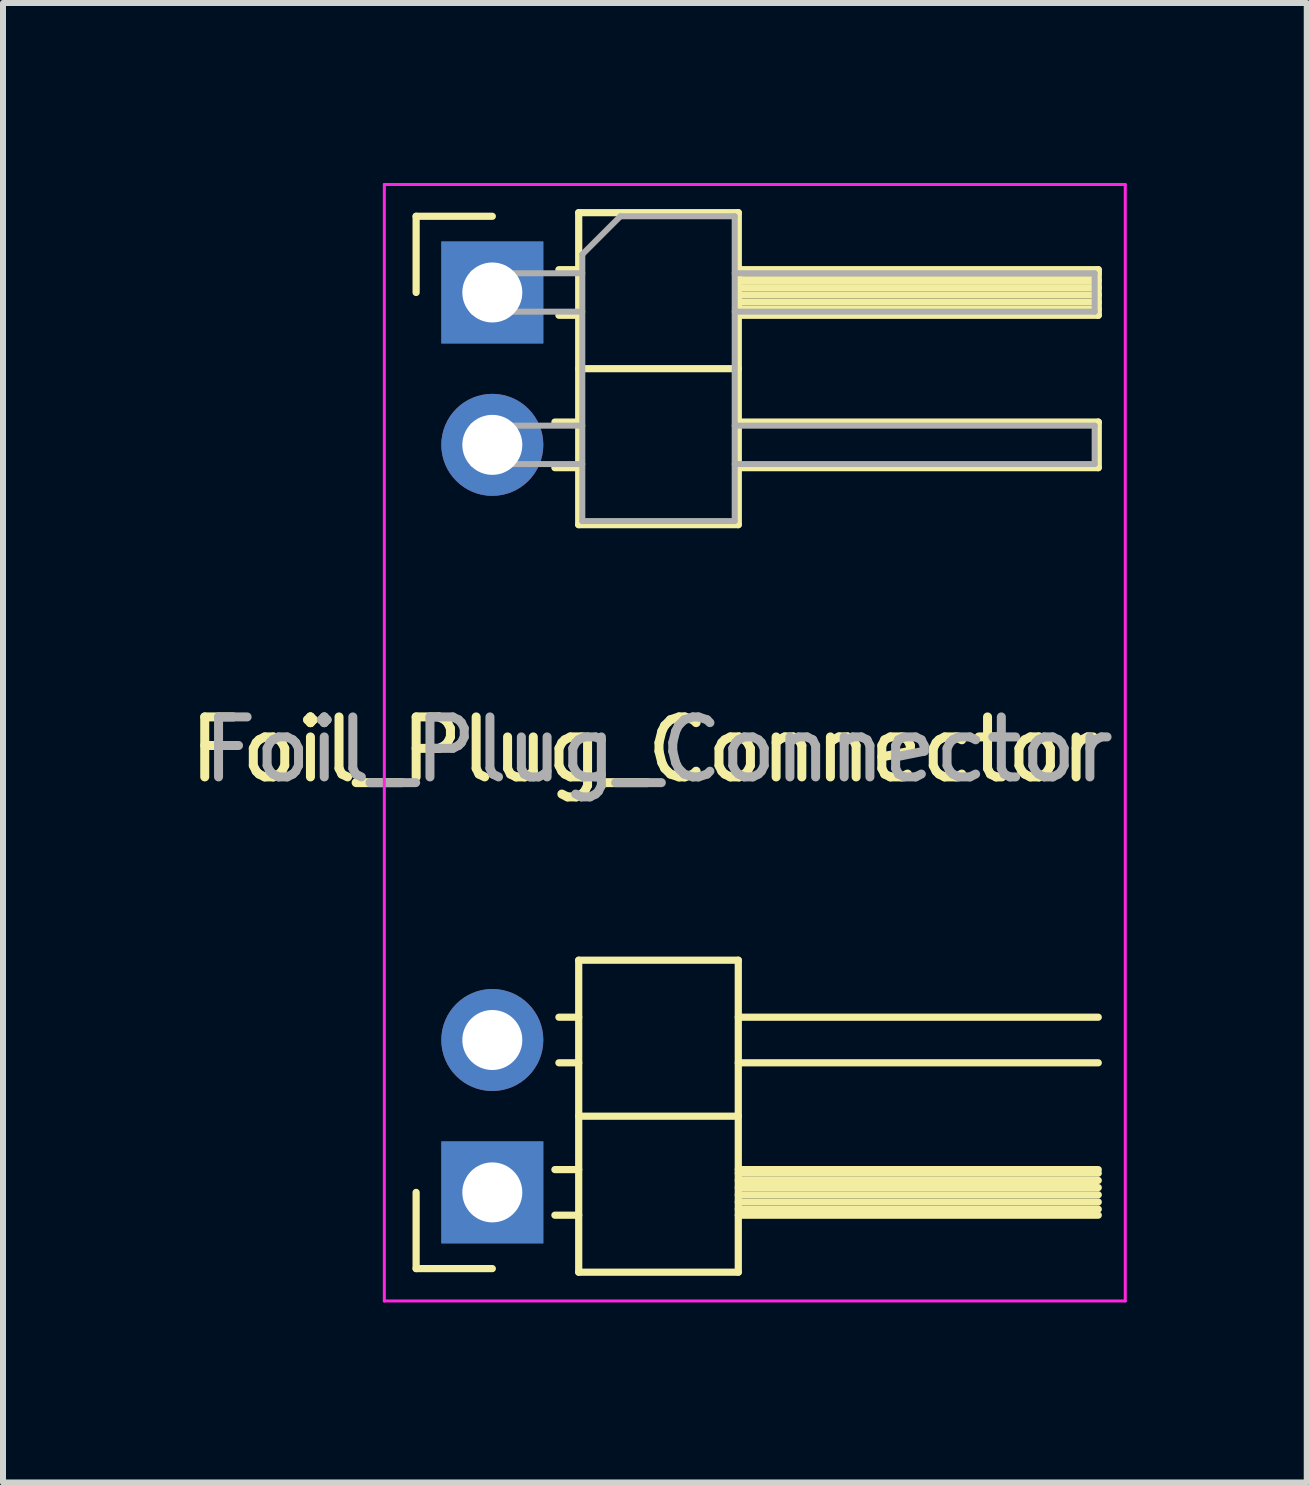
<source format=kicad_pcb>
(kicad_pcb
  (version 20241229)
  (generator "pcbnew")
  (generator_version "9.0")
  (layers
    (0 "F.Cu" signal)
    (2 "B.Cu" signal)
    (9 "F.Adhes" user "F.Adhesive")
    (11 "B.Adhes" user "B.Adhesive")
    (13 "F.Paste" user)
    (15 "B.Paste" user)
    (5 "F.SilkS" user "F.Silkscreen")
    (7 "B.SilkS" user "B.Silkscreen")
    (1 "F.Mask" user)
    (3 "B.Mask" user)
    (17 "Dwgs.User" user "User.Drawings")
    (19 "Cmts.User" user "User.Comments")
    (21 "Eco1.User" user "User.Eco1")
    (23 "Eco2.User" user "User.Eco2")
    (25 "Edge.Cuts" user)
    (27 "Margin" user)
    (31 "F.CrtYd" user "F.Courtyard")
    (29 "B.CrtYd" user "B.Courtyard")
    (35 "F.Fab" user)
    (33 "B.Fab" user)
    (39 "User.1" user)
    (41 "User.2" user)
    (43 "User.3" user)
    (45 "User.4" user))
  (footprint "Foil_Plug_Connector"
    (layer "F.Cu")
    (at 5.156 1.825)
    (property "Reference" "Foil_Plug_Connector" (at 2.54 7.62 0) (layer "F.SilkS") (effects (font (size 1 1) (thickness 0.15))))
    (attr through_hole)
    (fp_line (start -1.27 -1.27) (end 0 -1.27) (stroke (width 0.12) (type solid)) (layer "F.SilkS"))
    (fp_line (start -1.27 0) (end -1.27 -1.27) (stroke (width 0.12) (type solid)) (layer "F.SilkS"))
    (fp_line (start -1.27 16.27) (end -1.27 15) (stroke (width 0.12) (type solid)) (layer "F.SilkS"))
    (fp_line (start 0 16.27) (end -1.27 16.27) (stroke (width 0.12) (type solid)) (layer "F.SilkS"))
    (fp_line (start 1.043 2.16) (end 1.44 2.16) (stroke (width 0.12) (type solid)) (layer "F.SilkS"))
    (fp_line (start 1.043 2.92) (end 1.44 2.92) (stroke (width 0.12) (type solid)) (layer "F.SilkS"))
    (fp_line (start 1.043 14.62) (end 1.44 14.62) (stroke (width 0.12) (type solid)) (layer "F.SilkS"))
    (fp_line (start 1.043 15.38) (end 1.44 15.38) (stroke (width 0.12) (type solid)) (layer "F.SilkS"))
    (fp_line (start 1.11 -0.38) (end 1.44 -0.38) (stroke (width 0.12) (type solid)) (layer "F.SilkS"))
    (fp_line (start 1.11 0.38) (end 1.44 0.38) (stroke (width 0.12) (type solid)) (layer "F.SilkS"))
    (fp_line (start 1.11 12.08) (end 1.44 12.08) (stroke (width 0.12) (type solid)) (layer "F.SilkS"))
    (fp_line (start 1.11 12.84) (end 1.44 12.84) (stroke (width 0.12) (type solid)) (layer "F.SilkS"))
    (fp_line (start 1.44 -1.33) (end 1.44 3.87) (stroke (width 0.12) (type solid)) (layer "F.SilkS"))
    (fp_line (start 1.44 1.27) (end 4.1 1.27) (stroke (width 0.12) (type solid)) (layer "F.SilkS"))
    (fp_line (start 1.44 3.87) (end 4.1 3.87) (stroke (width 0.12) (type solid)) (layer "F.SilkS"))
    (fp_line (start 1.44 11.13) (end 1.44 16.33) (stroke (width 0.12) (type solid)) (layer "F.SilkS"))
    (fp_line (start 1.44 13.73) (end 4.1 13.73) (stroke (width 0.12) (type solid)) (layer "F.SilkS"))
    (fp_line (start 1.44 16.33) (end 4.1 16.33) (stroke (width 0.12) (type solid)) (layer "F.SilkS"))
    (fp_line (start 4.1 -1.33) (end 1.44 -1.33) (stroke (width 0.12) (type solid)) (layer "F.SilkS"))
    (fp_line (start 4.1 -0.38) (end 10.1 -0.38) (stroke (width 0.12) (type solid)) (layer "F.SilkS"))
    (fp_line (start 4.1 -0.32) (end 10.1 -0.32) (stroke (width 0.12) (type solid)) (layer "F.SilkS"))
    (fp_line (start 4.1 -0.2) (end 10.1 -0.2) (stroke (width 0.12) (type solid)) (layer "F.SilkS"))
    (fp_line (start 4.1 -0.08) (end 10.1 -0.08) (stroke (width 0.12) (type solid)) (layer "F.SilkS"))
    (fp_line (start 4.1 0.04) (end 10.1 0.04) (stroke (width 0.12) (type solid)) (layer "F.SilkS"))
    (fp_line (start 4.1 0.16) (end 10.1 0.16) (stroke (width 0.12) (type solid)) (layer "F.SilkS"))
    (fp_line (start 4.1 0.28) (end 10.1 0.28) (stroke (width 0.12) (type solid)) (layer "F.SilkS"))
    (fp_line (start 4.1 2.16) (end 10.1 2.16) (stroke (width 0.12) (type solid)) (layer "F.SilkS"))
    (fp_line (start 4.1 3.87) (end 4.1 -1.33) (stroke (width 0.12) (type solid)) (layer "F.SilkS"))
    (fp_line (start 4.1 11.13) (end 1.44 11.13) (stroke (width 0.12) (type solid)) (layer "F.SilkS"))
    (fp_line (start 4.1 12.08) (end 10.1 12.08) (stroke (width 0.12) (type solid)) (layer "F.SilkS"))
    (fp_line (start 4.1 14.62) (end 10.1 14.62) (stroke (width 0.12) (type solid)) (layer "F.SilkS"))
    (fp_line (start 4.1 14.68) (end 10.1 14.68) (stroke (width 0.12) (type solid)) (layer "F.SilkS"))
    (fp_line (start 4.1 14.8) (end 10.1 14.8) (stroke (width 0.12) (type solid)) (layer "F.SilkS"))
    (fp_line (start 4.1 14.92) (end 10.1 14.92) (stroke (width 0.12) (type solid)) (layer "F.SilkS"))
    (fp_line (start 4.1 15.04) (end 10.1 15.04) (stroke (width 0.12) (type solid)) (layer "F.SilkS"))
    (fp_line (start 4.1 15.16) (end 10.1 15.16) (stroke (width 0.12) (type solid)) (layer "F.SilkS"))
    (fp_line (start 4.1 15.28) (end 10.1 15.28) (stroke (width 0.12) (type solid)) (layer "F.SilkS"))
    (fp_line (start 4.1 16.33) (end 4.1 11.13) (stroke (width 0.12) (type solid)) (layer "F.SilkS"))
    (fp_line (start 10.1 -0.38) (end 10.1 0.38) (stroke (width 0.12) (type solid)) (layer "F.SilkS"))
    (fp_line (start 10.1 0.38) (end 4.1 0.38) (stroke (width 0.12) (type solid)) (layer "F.SilkS"))
    (fp_line (start 10.1 2.16) (end 10.1 2.92) (stroke (width 0.12) (type solid)) (layer "F.SilkS"))
    (fp_line (start 10.1 2.92) (end 4.1 2.92) (stroke (width 0.12) (type solid)) (layer "F.SilkS"))
    (fp_line (start 10.1 12.84) (end 4.1 12.84) (stroke (width 0.12) (type solid)) (layer "F.SilkS"))
    (fp_line (start 10.1 15.38) (end 4.1 15.38) (stroke (width 0.12) (type solid)) (layer "F.SilkS"))
    (fp_line (start -1.8 -1.8) (end -1.8 16.81) (stroke (width 0.05) (type solid)) (layer "F.CrtYd"))
    (fp_line (start -1.8 16.81) (end 10.55 16.81) (stroke (width 0.05) (type solid)) (layer "F.CrtYd"))
    (fp_line (start 10.55 -1.8) (end -1.8 -1.8) (stroke (width 0.05) (type solid)) (layer "F.CrtYd"))
    (fp_line (start 10.55 16.81) (end 10.55 -1.8) (stroke (width 0.05) (type solid)) (layer "F.CrtYd"))
    (fp_line (start -0.32 -0.32) (end -0.32 0.32) (stroke (width 0.1) (type solid)) (layer "F.Fab"))
    (fp_line (start -0.32 -0.32) (end 1.5 -0.32) (stroke (width 0.1) (type solid)) (layer "F.Fab"))
    (fp_line (start -0.32 0.32) (end 1.5 0.32) (stroke (width 0.1) (type solid)) (layer "F.Fab"))
    (fp_line (start -0.32 2.22) (end -0.32 2.86) (stroke (width 0.1) (type solid)) (layer "F.Fab"))
    (fp_line (start -0.32 2.22) (end 1.5 2.22) (stroke (width 0.1) (type solid)) (layer "F.Fab"))
    (fp_line (start -0.32 2.86) (end 1.5 2.86) (stroke (width 0.1) (type solid)) (layer "F.Fab"))
    (fp_line (start 1.5 -0.635) (end 2.135 -1.27) (stroke (width 0.1) (type solid)) (layer "F.Fab"))
    (fp_line (start 1.5 3.81) (end 1.5 -0.635) (stroke (width 0.1) (type solid)) (layer "F.Fab"))
    (fp_line (start 2.135 -1.27) (end 4.04 -1.27) (stroke (width 0.1) (type solid)) (layer "F.Fab"))
    (fp_line (start 4.04 -1.27) (end 4.04 3.81) (stroke (width 0.1) (type solid)) (layer "F.Fab"))
    (fp_line (start 4.04 -0.32) (end 10.04 -0.32) (stroke (width 0.1) (type solid)) (layer "F.Fab"))
    (fp_line (start 4.04 0.32) (end 10.04 0.32) (stroke (width 0.1) (type solid)) (layer "F.Fab"))
    (fp_line (start 4.04 2.22) (end 10.04 2.22) (stroke (width 0.1) (type solid)) (layer "F.Fab"))
    (fp_line (start 4.04 2.86) (end 10.04 2.86) (stroke (width 0.1) (type solid)) (layer "F.Fab"))
    (fp_line (start 4.04 3.81) (end 1.5 3.81) (stroke (width 0.1) (type solid)) (layer "F.Fab"))
    (fp_line (start 10.04 -0.32) (end 10.04 0.32) (stroke (width 0.1) (type solid)) (layer "F.Fab"))
    (fp_line (start 10.04 2.22) (end 10.04 2.86) (stroke (width 0.1) (type solid)) (layer "F.Fab"))
    (fp_text user "${REFERENCE}" (at 2.77 7.62 180) (layer "F.Fab") (effects (font (size 1 1) (thickness 0.15))))
    (pad "1" thru_hole rect (at 0 0) (size 1.7 1.7) (drill 1) (layers "*.Cu" "*.Mask"))
    (pad "1" thru_hole oval (at 0 2.54) (size 1.7 1.7) (drill 1) (layers "*.Cu" "*.Mask"))
    (pad "2" thru_hole oval (at 0 12.46) (size 1.7 1.7) (drill 1) (layers "*.Cu" "*.Mask"))
    (pad "2" thru_hole rect (at 0 15) (size 1.7 1.7) (drill 1) (layers "*.Cu" "*.Mask")))
  (gr_rect
    (start -3 -3)
    (end 18.731 21.66)
    (stroke (width 0.1) (type default))
    (fill no)
    (layer "Edge.Cuts")))
</source>
